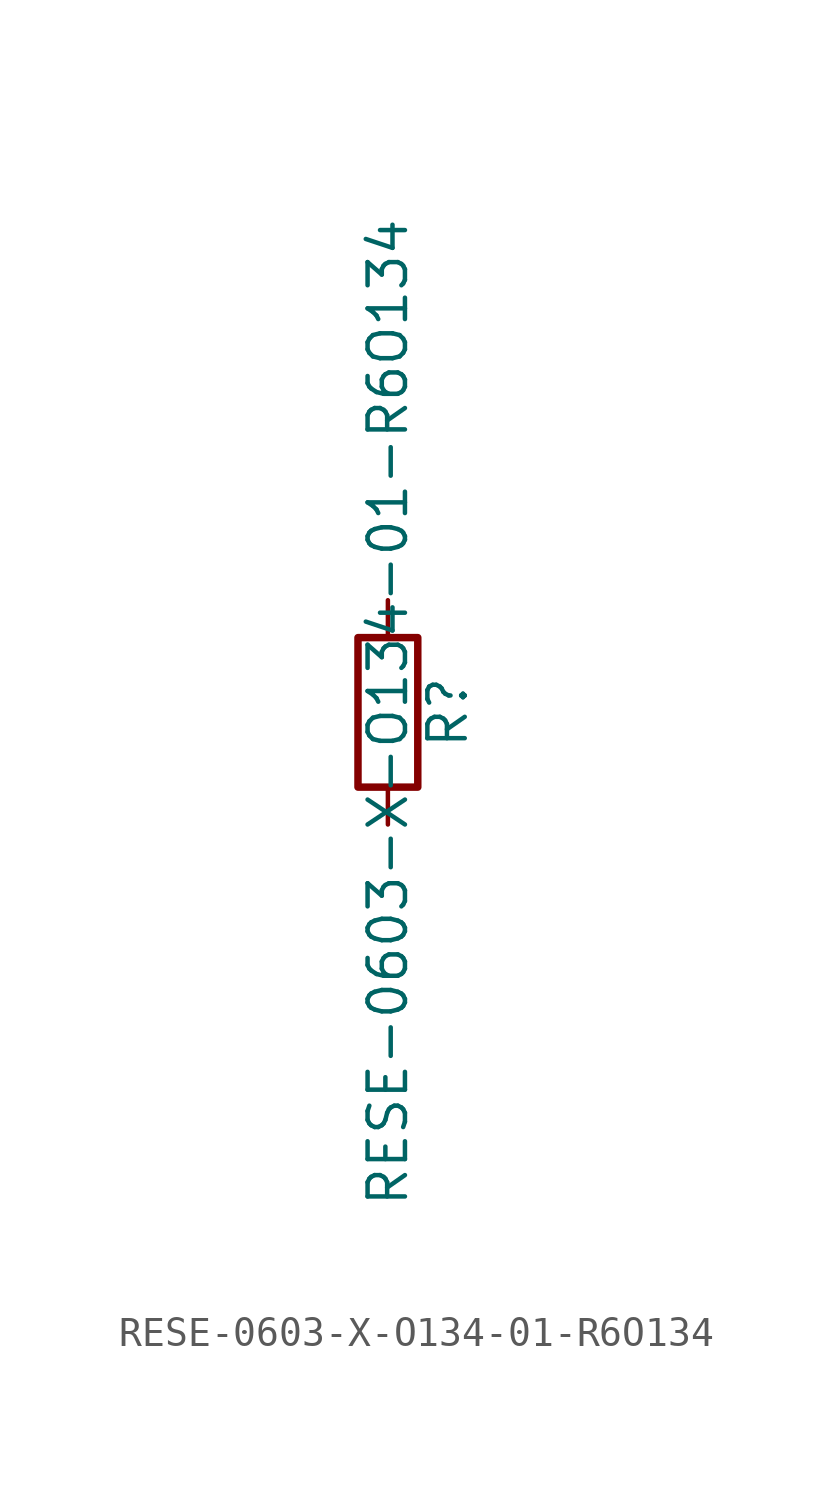
<source format=kicad_sym>
(kicad_symbol_lib
  (version 20211014)
  (generator kicad_symbol_editor)
  (symbol "RESE-0603-X-O134-01-R6O134"
    (pin_numbers hide)
    (pin_names
      (offset 0))
    (property "Reference" "R"
      (at 2.032 0 90)
      (effects (font (size 1.27 1.27))))
    (property "Value" "RESE-0603-X-O134-01-R6O134"
      (at 0 0 90)
      (effects (font (size 1.27 1.27))))
    (symbol "RESE-0603-X-O134-01-R6O134_0_1"
      (rectangle (start -1.016 -2.54) (end 1.016 2.54) (stroke (width 0.254) (type default) (color 0 0 0 0)) (fill (type none))))
    (symbol "RESE-0603-X-O134-01-R6O134_1_1"
      (pin passive line (at 0 3.81 270) (length 1.27) (name "~" (effects (font (size 1.27 1.27)))) (number "1" (effects (font (size 1.27 1.27)))))
      (pin passive line (at 0 -3.81 90) (length 1.27) (name "~" (effects (font (size 1.27 1.27)))) (number "2" (effects (font (size 1.27 1.27))))))))
</source>
